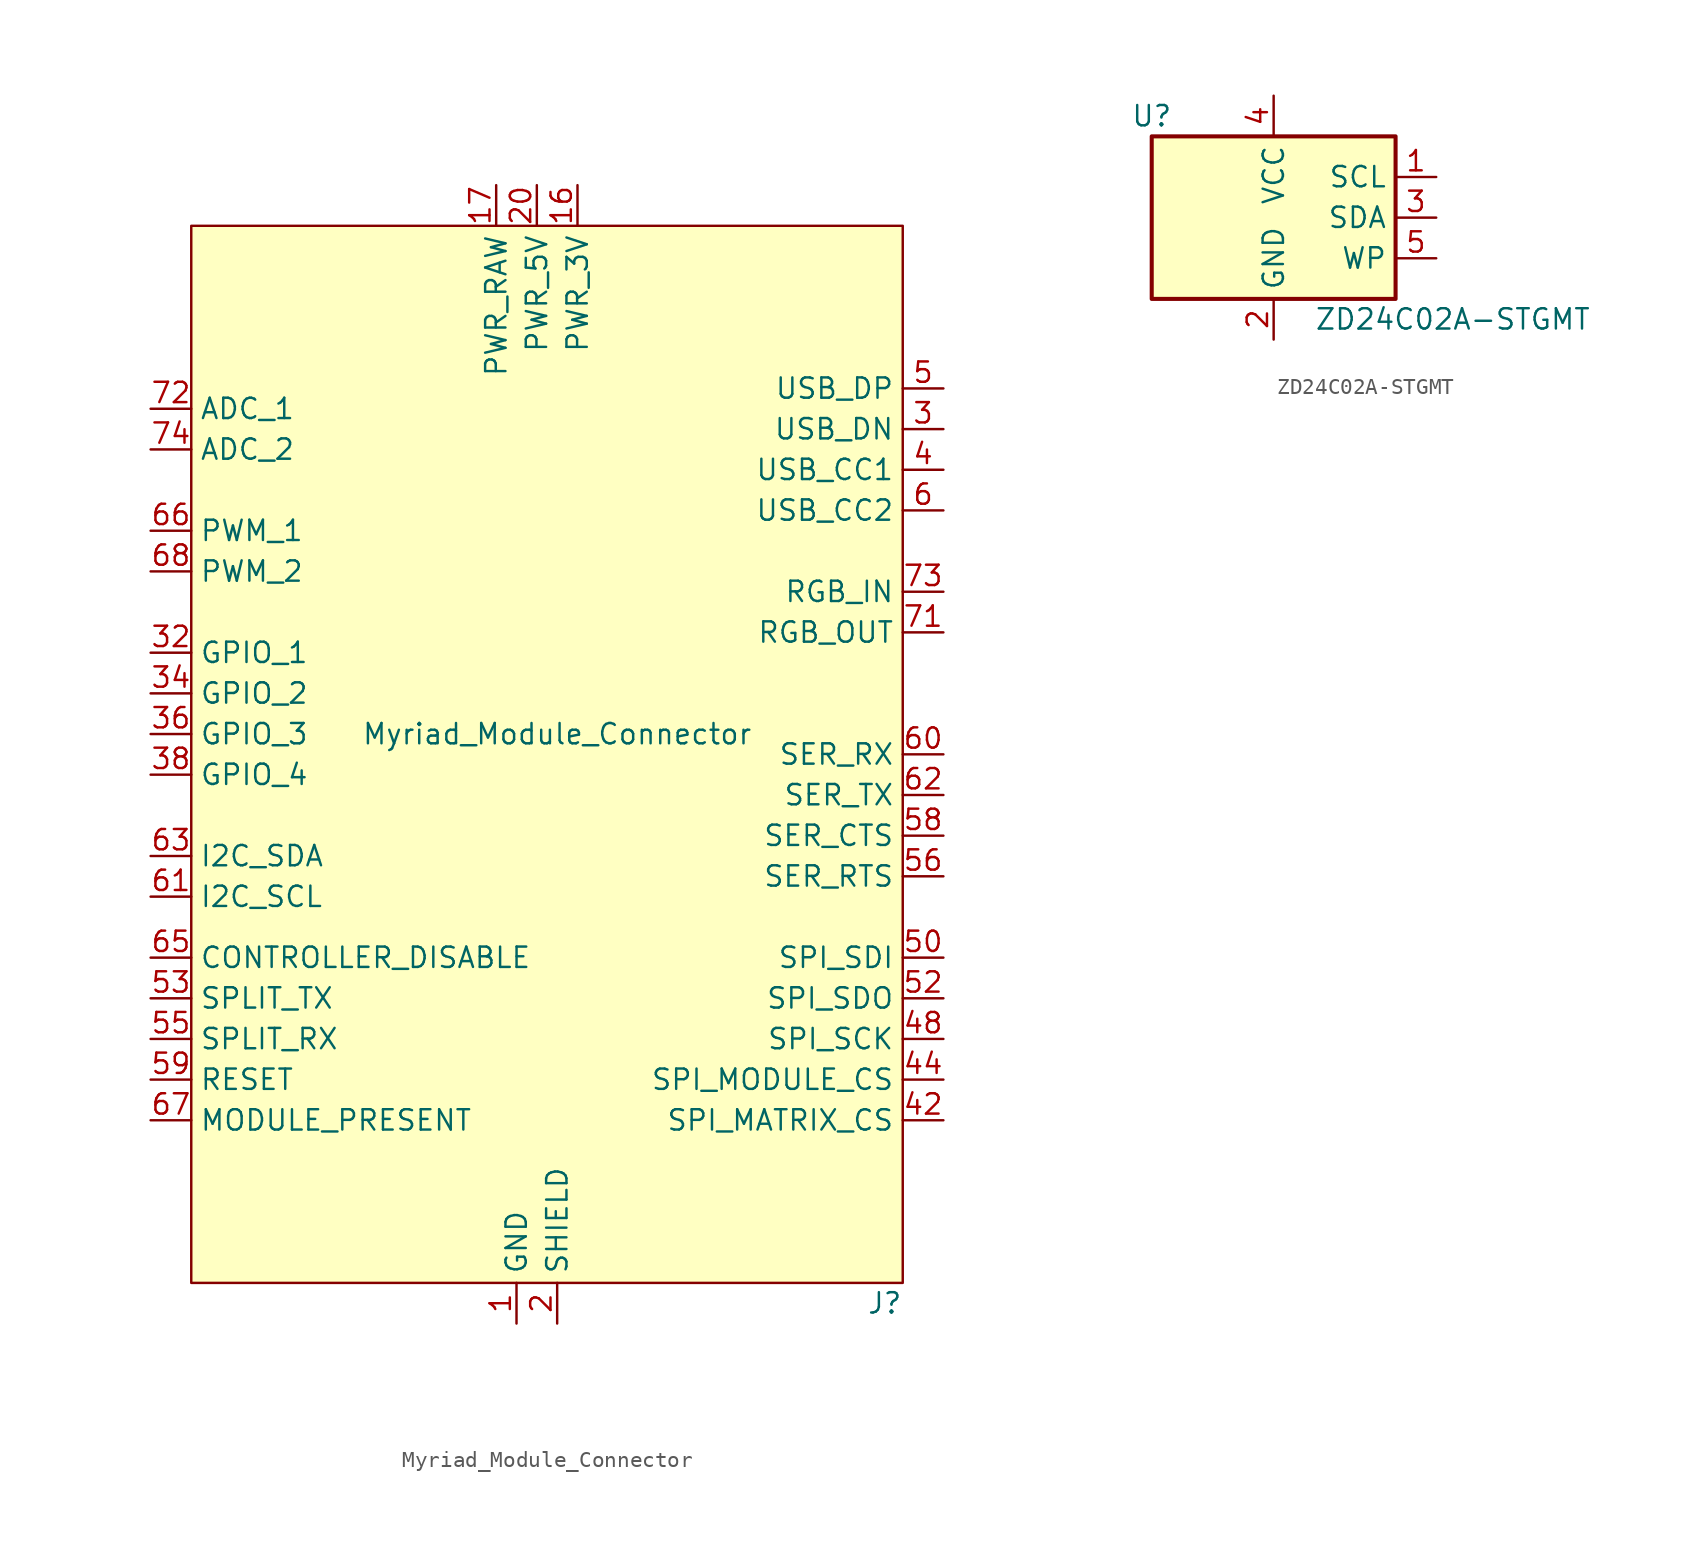
<source format=kicad_sym>
(kicad_symbol_lib
  (version 20211014)
  (generator kicad_symbol_editor)
  (symbol "Myriad_Module_Connector"
    (property "Reference" "J"
      (at 22.86 -34.29 0)
      (effects (font (size 1.27 1.27)) (justify right)))
    (property "Value" "Myriad_Module_Connector"
      (at 1.27 1.27 0)
      (effects (font (size 1.27 1.27))))
    (symbol "Myriad_Module_Connector_0_1"
      (rectangle (start -21.59 33.02) (end 22.86 -33.02) (stroke (width 0) (type default) (color 0 0 0 0)) (fill (type background))))
    (symbol "Myriad_Module_Connector_1_1"
      (pin power_out line (at -1.27 -35.56 90) (length 2.54) (name "GND" (effects (font (size 1.27 1.27)))) (number "1" (effects (font (size 1.27 1.27)))))
      (pin power_out line (at 2.54 35.56 270) (length 2.54) (name "PWR_3V" (effects (font (size 1.27 1.27)))) (number "16" (effects (font (size 1.27 1.27)))))
      (pin power_out line (at -2.54 35.56 270) (length 2.54) (name "PWR_RAW" (effects (font (size 1.27 1.27)))) (number "17" (effects (font (size 1.27 1.27)))))
      (pin passive line (at 2.54 35.56 270) (length 2.54) hide (name "PWR_3V" (effects (font (size 1.27 1.27)))) (number "18" (effects (font (size 1.27 1.27)))))
      (pin passive line (at -2.54 35.56 270) (length 2.54) hide (name "PWR_RAW" (effects (font (size 1.27 1.27)))) (number "19" (effects (font (size 1.27 1.27)))))
      (pin power_out line (at 1.27 -35.56 90) (length 2.54) (name "SHIELD" (effects (font (size 1.27 1.27)))) (number "2" (effects (font (size 1.27 1.27)))))
      (pin power_out line (at 0 35.56 270) (length 2.54) (name "PWR_5V" (effects (font (size 1.27 1.27)))) (number "20" (effects (font (size 1.27 1.27)))))
      (pin passive line (at -2.54 35.56 270) (length 2.54) hide (name "PWR_RAW" (effects (font (size 1.27 1.27)))) (number "21" (effects (font (size 1.27 1.27)))))
      (pin passive line (at 0 35.56 270) (length 2.54) hide (name "PWR_5V" (effects (font (size 1.27 1.27)))) (number "22" (effects (font (size 1.27 1.27)))))
      (pin passive line (at -2.54 35.56 270) (length 2.54) hide (name "PWR_RAW" (effects (font (size 1.27 1.27)))) (number "23" (effects (font (size 1.27 1.27)))))
      (pin no_connect line (at -12.7 33.02 270) (length 2.54) hide (name "" (effects (font (size 1.27 1.27)))) (number "24" (effects (font (size 1.27 1.27)))))
      (pin no_connect line (at -10.16 33.02 270) (length 2.54) hide (name "" (effects (font (size 1.27 1.27)))) (number "25" (effects (font (size 1.27 1.27)))))
      (pin no_connect line (at -7.62 33.02 270) (length 2.54) hide (name "" (effects (font (size 1.27 1.27)))) (number "26" (effects (font (size 1.27 1.27)))))
      (pin no_connect line (at -5.08 33.02 270) (length 2.54) hide (name "" (effects (font (size 1.27 1.27)))) (number "27" (effects (font (size 1.27 1.27)))))
      (pin no_connect line (at 5.08 33.02 270) (length 2.54) hide (name "" (effects (font (size 1.27 1.27)))) (number "28" (effects (font (size 1.27 1.27)))))
      (pin no_connect line (at 7.62 33.02 270) (length 2.54) hide (name "" (effects (font (size 1.27 1.27)))) (number "29" (effects (font (size 1.27 1.27)))))
      (pin bidirectional line (at 25.4 20.32 180) (length 2.54) (name "USB_DN" (effects (font (size 1.27 1.27)))) (number "3" (effects (font (size 1.27 1.27)))))
      (pin no_connect line (at 10.16 33.02 270) (length 2.54) hide (name "" (effects (font (size 1.27 1.27)))) (number "30" (effects (font (size 1.27 1.27)))))
      (pin no_connect line (at 12.7 33.02 270) (length 2.54) hide (name "" (effects (font (size 1.27 1.27)))) (number "31" (effects (font (size 1.27 1.27)))))
      (pin bidirectional line (at -24.13 6.35 0) (length 2.54) (name "GPIO_1" (effects (font (size 1.27 1.27)))) (number "32" (effects (font (size 1.27 1.27)))))
      (pin no_connect line (at -16.51 -33.02 90) (length 2.54) hide (name "" (effects (font (size 1.27 1.27)))) (number "33" (effects (font (size 1.27 1.27)))))
      (pin bidirectional line (at -24.13 3.81 0) (length 2.54) (name "GPIO_2" (effects (font (size 1.27 1.27)))) (number "34" (effects (font (size 1.27 1.27)))))
      (pin no_connect line (at -13.97 -33.02 90) (length 2.54) hide (name "" (effects (font (size 1.27 1.27)))) (number "35" (effects (font (size 1.27 1.27)))))
      (pin bidirectional line (at -24.13 1.27 0) (length 2.54) (name "GPIO_3" (effects (font (size 1.27 1.27)))) (number "36" (effects (font (size 1.27 1.27)))))
      (pin no_connect line (at -11.43 -33.02 90) (length 2.54) hide (name "" (effects (font (size 1.27 1.27)))) (number "37" (effects (font (size 1.27 1.27)))))
      (pin bidirectional line (at -24.13 -1.27 0) (length 2.54) (name "GPIO_4" (effects (font (size 1.27 1.27)))) (number "38" (effects (font (size 1.27 1.27)))))
      (pin no_connect line (at -8.89 -33.02 90) (length 2.54) hide (name "" (effects (font (size 1.27 1.27)))) (number "39" (effects (font (size 1.27 1.27)))))
      (pin output line (at 25.4 17.78 180) (length 2.54) (name "USB_CC1" (effects (font (size 1.27 1.27)))) (number "4" (effects (font (size 1.27 1.27)))))
      (pin passive line (at -1.27 -35.56 90) (length 2.54) hide (name "GND" (effects (font (size 1.27 1.27)))) (number "40" (effects (font (size 1.27 1.27)))))
      (pin no_connect line (at -6.35 -33.02 90) (length 2.54) hide (name "" (effects (font (size 1.27 1.27)))) (number "41" (effects (font (size 1.27 1.27)))))
      (pin input line (at 25.4 -22.86 180) (length 2.54) (name "SPI_MATRIX_CS" (effects (font (size 1.27 1.27)))) (number "42" (effects (font (size 1.27 1.27)))))
      (pin no_connect line (at -3.81 -33.02 90) (length 2.54) hide (name "" (effects (font (size 1.27 1.27)))) (number "43" (effects (font (size 1.27 1.27)))))
      (pin output line (at 25.4 -20.32 180) (length 2.54) (name "SPI_MODULE_CS" (effects (font (size 1.27 1.27)))) (number "44" (effects (font (size 1.27 1.27)))))
      (pin no_connect line (at 3.81 -33.02 90) (length 2.54) hide (name "" (effects (font (size 1.27 1.27)))) (number "45" (effects (font (size 1.27 1.27)))))
      (pin passive line (at -1.27 -35.56 90) (length 2.54) hide (name "GND" (effects (font (size 1.27 1.27)))) (number "46" (effects (font (size 1.27 1.27)))))
      (pin no_connect line (at 6.35 -33.02 90) (length 2.54) hide (name "" (effects (font (size 1.27 1.27)))) (number "47" (effects (font (size 1.27 1.27)))))
      (pin output line (at 25.4 -17.78 180) (length 2.54) (name "SPI_SCK" (effects (font (size 1.27 1.27)))) (number "48" (effects (font (size 1.27 1.27)))))
      (pin no_connect line (at 8.89 -33.02 90) (length 2.54) hide (name "" (effects (font (size 1.27 1.27)))) (number "49" (effects (font (size 1.27 1.27)))))
      (pin bidirectional line (at 25.4 22.86 180) (length 2.54) (name "USB_DP" (effects (font (size 1.27 1.27)))) (number "5" (effects (font (size 1.27 1.27)))))
      (pin input line (at 25.4 -12.7 180) (length 2.54) (name "SPI_SDI" (effects (font (size 1.27 1.27)))) (number "50" (effects (font (size 1.27 1.27)))))
      (pin no_connect line (at 11.43 -33.02 90) (length 2.54) hide (name "" (effects (font (size 1.27 1.27)))) (number "51" (effects (font (size 1.27 1.27)))))
      (pin output line (at 25.4 -15.24 180) (length 2.54) (name "SPI_SDO" (effects (font (size 1.27 1.27)))) (number "52" (effects (font (size 1.27 1.27)))))
      (pin no_connect line (at 13.97 -33.02 90) (length 2.54) hide (name "" (effects (font (size 1.27 1.27)))) (number "53" (effects (font (size 1.27 1.27)))))
      (pin input line (at -24.13 -15.24 0) (length 2.54) (name "SPLIT_TX" (effects (font (size 1.27 1.27)))) (number "53" (effects (font (size 1.27 1.27)))))
      (pin passive line (at -1.27 -35.56 90) (length 2.54) hide (name "GND" (effects (font (size 1.27 1.27)))) (number "54" (effects (font (size 1.27 1.27)))))
      (pin output line (at -24.13 -17.78 0) (length 2.54) (name "SPLIT_RX" (effects (font (size 1.27 1.27)))) (number "55" (effects (font (size 1.27 1.27)))))
      (pin output line (at 25.4 -7.62 180) (length 2.54) (name "SER_RTS" (effects (font (size 1.27 1.27)))) (number "56" (effects (font (size 1.27 1.27)))))
      (pin passive line (at -1.27 -35.56 90) (length 2.54) hide (name "GND" (effects (font (size 1.27 1.27)))) (number "57" (effects (font (size 1.27 1.27)))))
      (pin input line (at 25.4 -5.08 180) (length 2.54) (name "SER_CTS" (effects (font (size 1.27 1.27)))) (number "58" (effects (font (size 1.27 1.27)))))
      (pin bidirectional line (at -24.13 -20.32 0) (length 2.54) (name "RESET" (effects (font (size 1.27 1.27)))) (number "59" (effects (font (size 1.27 1.27)))))
      (pin output line (at 25.4 15.24 180) (length 2.54) (name "USB_CC2" (effects (font (size 1.27 1.27)))) (number "6" (effects (font (size 1.27 1.27)))))
      (pin input line (at 25.4 0 180) (length 2.54) (name "SER_RX" (effects (font (size 1.27 1.27)))) (number "60" (effects (font (size 1.27 1.27)))))
      (pin bidirectional line (at -24.13 -8.89 0) (length 2.54) (name "I2C_SCL" (effects (font (size 1.27 1.27)))) (number "61" (effects (font (size 1.27 1.27)))))
      (pin output line (at 25.4 -2.54 180) (length 2.54) (name "SER_TX" (effects (font (size 1.27 1.27)))) (number "62" (effects (font (size 1.27 1.27)))))
      (pin bidirectional line (at -24.13 -6.35 0) (length 2.54) (name "I2C_SDA" (effects (font (size 1.27 1.27)))) (number "63" (effects (font (size 1.27 1.27)))))
      (pin passive line (at -1.27 -35.56 90) (length 2.54) hide (name "GND" (effects (font (size 1.27 1.27)))) (number "64" (effects (font (size 1.27 1.27)))))
      (pin input line (at -24.13 -12.7 0) (length 2.54) (name "CONTROLLER_DISABLE" (effects (font (size 1.27 1.27)))) (number "65" (effects (font (size 1.27 1.27)))))
      (pin output line (at -24.13 13.97 0) (length 2.54) (name "PWM_1" (effects (font (size 1.27 1.27)))) (number "66" (effects (font (size 1.27 1.27)))))
      (pin input line (at -24.13 -22.86 0) (length 2.54) (name "MODULE_PRESENT" (effects (font (size 1.27 1.27)))) (number "67" (effects (font (size 1.27 1.27)))))
      (pin output line (at -24.13 11.43 0) (length 2.54) (name "PWM_2" (effects (font (size 1.27 1.27)))) (number "68" (effects (font (size 1.27 1.27)))))
      (pin passive line (at -1.27 -35.56 90) (length 2.54) hide (name "GND" (effects (font (size 1.27 1.27)))) (number "69" (effects (font (size 1.27 1.27)))))
      (pin passive line (at -1.27 -35.56 90) (length 2.54) hide (name "GND" (effects (font (size 1.27 1.27)))) (number "7" (effects (font (size 1.27 1.27)))))
      (pin passive line (at -1.27 -35.56 90) (length 2.54) hide (name "GND" (effects (font (size 1.27 1.27)))) (number "70" (effects (font (size 1.27 1.27)))))
      (pin output line (at 25.4 7.62 180) (length 2.54) (name "RGB_OUT" (effects (font (size 1.27 1.27)))) (number "71" (effects (font (size 1.27 1.27)))))
      (pin input line (at -24.13 21.59 0) (length 2.54) (name "ADC_1" (effects (font (size 1.27 1.27)))) (number "72" (effects (font (size 1.27 1.27)))))
      (pin input line (at 25.4 10.16 180) (length 2.54) (name "RGB_IN" (effects (font (size 1.27 1.27)))) (number "73" (effects (font (size 1.27 1.27)))))
      (pin input line (at -24.13 19.05 0) (length 2.54) (name "ADC_2" (effects (font (size 1.27 1.27)))) (number "74" (effects (font (size 1.27 1.27)))))
      (pin no_connect line (at 16.51 -33.02 90) (length 2.54) hide (name "" (effects (font (size 1.27 1.27)))) (number "75" (effects (font (size 1.27 1.27)))))))
  (symbol "ZD24C02A-STGMT"
    (property "Reference" "U"
      (at -7.62 6.35 0)
      (effects (font (size 1.27 1.27))))
    (property "Value" "ZD24C02A-STGMT"
      (at 2.54 -6.35 0)
      (effects (font (size 1.27 1.27)) (justify left)))
    (symbol "ZD24C02A-STGMT_1_1"
      (rectangle (start -7.62 5.08) (end 7.62 -5.08) (stroke (width 0.254) (type default) (color 0 0 0 0)) (fill (type background)))
      (pin input line (at 10.16 2.54 180) (length 2.54) (name "SCL" (effects (font (size 1.27 1.27)))) (number "1" (effects (font (size 1.27 1.27)))))
      (pin power_in line (at 0 -7.62 90) (length 2.54) (name "GND" (effects (font (size 1.27 1.27)))) (number "2" (effects (font (size 1.27 1.27)))))
      (pin bidirectional line (at 10.16 0 180) (length 2.54) (name "SDA" (effects (font (size 1.27 1.27)))) (number "3" (effects (font (size 1.27 1.27)))))
      (pin power_in line (at 0 7.62 270) (length 2.54) (name "VCC" (effects (font (size 1.27 1.27)))) (number "4" (effects (font (size 1.27 1.27)))))
      (pin input line (at 10.16 -2.54 180) (length 2.54) (name "WP" (effects (font (size 1.27 1.27)))) (number "5" (effects (font (size 1.27 1.27))))))))
</source>
